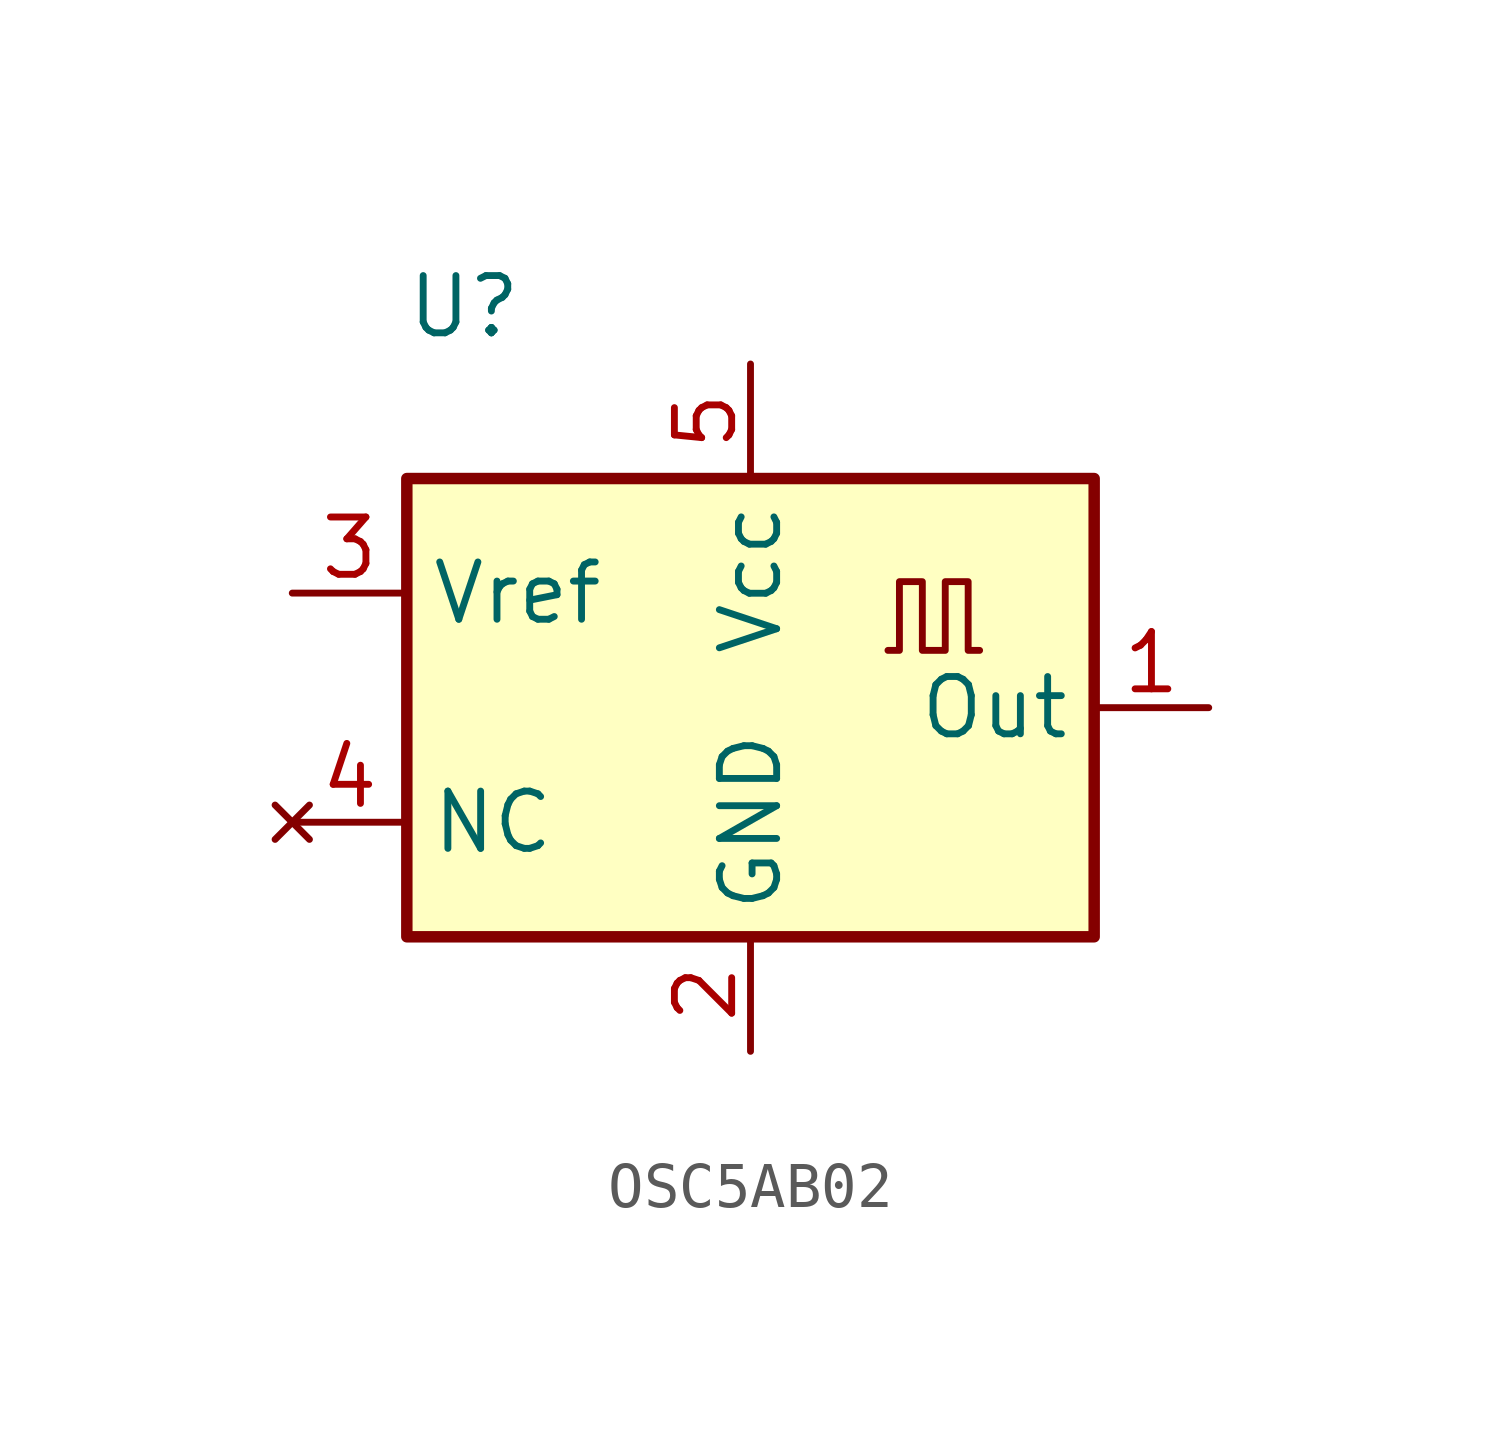
<source format=kicad_sym>
(kicad_symbol_lib
  (version 20231120)
  (generator "kicad_symbol_editor")
  (generator_version "8.0")
  (symbol "OSC5AB02"
    (property "Reference" "U"
      (at -6.35 8.89 0)
      (effects (font (size 1.27 1.27))))
    (property "Value" ""
      (at 0 7.62 0)
      (effects (font (size 1.27 1.27))))
    (symbol "OSC5AB02_0_1"
      (rectangle (start -7.62 5.08) (end 7.62 -5.08) (stroke (width 0.254) (type default)) (fill (type background)))
      (polyline (pts (xy 5.08 1.27) (xy 4.826 1.27) (xy 4.826 2.794) (xy 4.318 2.794) (xy 4.318 1.27) (xy 3.81 1.27) (xy 3.81 2.794) (xy 3.302 2.794) (xy 3.302 1.27) (xy 3.048 1.27)) (stroke (width 0) (type default)) (fill (type none))))
    (symbol "OSC5AB02_1_1"
      (pin output line (at 10.16 0 180) (length 2.54) (name "Out" (effects (font (size 1.27 1.27)))) (number "1" (effects (font (size 1.27 1.27)))))
      (pin power_in line (at 0 -7.62 90) (length 2.54) (name "GND" (effects (font (size 1.27 1.27)))) (number "2" (effects (font (size 1.27 1.27)))))
      (pin input line (at -10.16 2.54 0) (length 2.54) (name "Vref" (effects (font (size 1.27 1.27)))) (number "3" (effects (font (size 1.27 1.27)))))
      (pin no_connect line (at -10.16 -2.54 0) (length 2.54) (name "NC" (effects (font (size 1.27 1.27)))) (number "4" (effects (font (size 1.27 1.27)))))
      (pin power_in line (at 0 7.62 270) (length 2.54) (name "Vcc" (effects (font (size 1.27 1.27)))) (number "5" (effects (font (size 1.27 1.27))))))))
</source>
